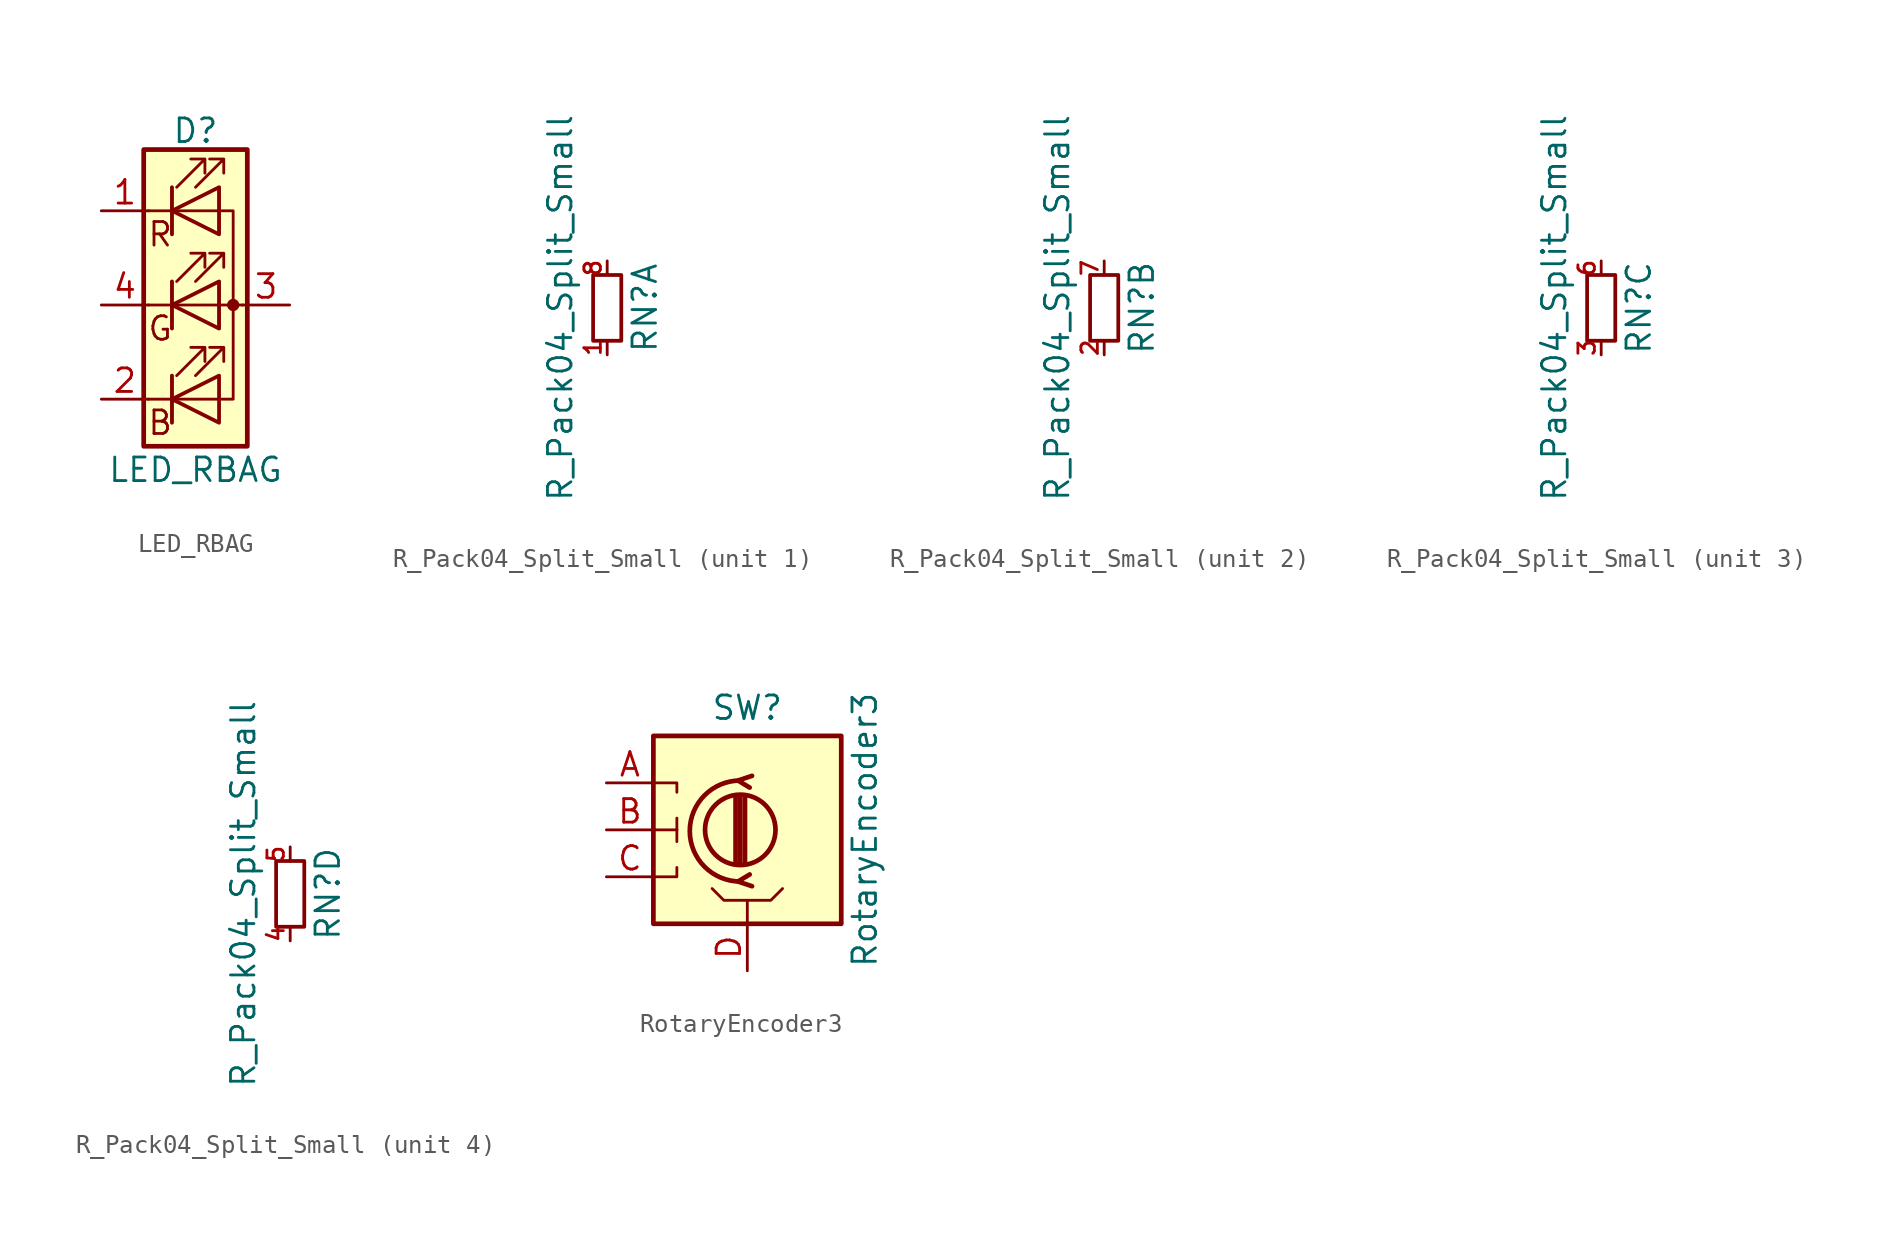
<source format=kicad_sym>
(kicad_symbol_lib
  (version 20220914)
  (generator kicad_symbol_editor)
  (symbol "LED_RBAG"
    (pin_names
      (offset 0) hide)
    (property "Reference" "D"
      (at 0 9.398 0)
      (effects (font (size 1.27 1.27))))
    (property "Value" "LED_RBAG"
      (at 0 -8.89 0)
      (effects (font (size 1.27 1.27))))
    (symbol "LED_RBAG_0_0"
      (text "B" (at -1.905 -6.35 0) (effects (font (size 1.27 1.27))))
      (text "G" (at -1.905 -1.27 0) (effects (font (size 1.27 1.27))))
      (text "R" (at -1.905 3.81 0) (effects (font (size 1.27 1.27)))))
    (symbol "LED_RBAG_0_1"
      (polyline (pts (xy -1.27 -5.08) (xy -2.54 -5.08)) (stroke (width 0) (type default)) (fill (type none)))
      (polyline (pts (xy -1.27 -5.08) (xy 1.27 -5.08)) (stroke (width 0) (type default)) (fill (type none)))
      (polyline (pts (xy -1.27 -3.81) (xy -1.27 -6.35)) (stroke (width 0) (type default)) (fill (type none)))
      (polyline (pts (xy -1.27 -3.81) (xy -1.27 -6.35)) (stroke (width 0.203) (type default)) (fill (type none)))
      (polyline (pts (xy -1.27 0) (xy -2.54 0)) (stroke (width 0) (type default)) (fill (type none)))
      (polyline (pts (xy -1.27 0) (xy 1.27 0)) (stroke (width 0) (type default)) (fill (type none)))
      (polyline (pts (xy -1.27 1.27) (xy -1.27 -1.27)) (stroke (width 0.203) (type default)) (fill (type none)))
      (polyline (pts (xy -1.27 5.08) (xy -2.54 5.08)) (stroke (width 0) (type default)) (fill (type none)))
      (polyline (pts (xy -1.27 6.35) (xy -1.27 3.81)) (stroke (width 0.203) (type default)) (fill (type none)))
      (polyline (pts (xy 1.27 0) (xy 2.54 0)) (stroke (width 0) (type default)) (fill (type none)))
      (polyline (pts (xy 1.27 5.08) (xy -1.27 5.08)) (stroke (width 0) (type default)) (fill (type none)))
      (polyline (pts (xy -1.27 1.27) (xy -1.27 -1.27) (xy -1.27 -1.27)) (stroke (width 0) (type default)) (fill (type none)))
      (polyline (pts (xy -1.27 6.35) (xy -1.27 3.81) (xy -1.27 3.81)) (stroke (width 0) (type default)) (fill (type none)))
      (polyline (pts (xy 1.27 -5.08) (xy 2.032 -5.08) (xy 2.032 5.08) (xy 1.27 5.08)) (stroke (width 0) (type default)) (fill (type none)))
      (polyline (pts (xy 1.27 -3.81) (xy 1.27 -6.35) (xy -1.27 -5.08) (xy 1.27 -3.81)) (stroke (width 0.203) (type default)) (fill (type none)))
      (polyline (pts (xy 1.27 1.27) (xy 1.27 -1.27) (xy -1.27 0) (xy 1.27 1.27)) (stroke (width 0.203) (type default)) (fill (type none)))
      (polyline (pts (xy 1.27 6.35) (xy 1.27 3.81) (xy -1.27 5.08) (xy 1.27 6.35)) (stroke (width 0.203) (type default)) (fill (type none)))
      (polyline (pts (xy -1.016 -3.81) (xy 0.508 -2.286) (xy -0.254 -2.286) (xy 0.508 -2.286) (xy 0.508 -3.048)) (stroke (width 0) (type default)) (fill (type none)))
      (polyline (pts (xy -1.016 1.27) (xy 0.508 2.794) (xy -0.254 2.794) (xy 0.508 2.794) (xy 0.508 2.032)) (stroke (width 0) (type default)) (fill (type none)))
      (polyline (pts (xy -1.016 6.35) (xy 0.508 7.874) (xy -0.254 7.874) (xy 0.508 7.874) (xy 0.508 7.112)) (stroke (width 0) (type default)) (fill (type none)))
      (polyline (pts (xy 0 -3.81) (xy 1.524 -2.286) (xy 0.762 -2.286) (xy 1.524 -2.286) (xy 1.524 -3.048)) (stroke (width 0) (type default)) (fill (type none)))
      (polyline (pts (xy 0 1.27) (xy 1.524 2.794) (xy 0.762 2.794) (xy 1.524 2.794) (xy 1.524 2.032)) (stroke (width 0) (type default)) (fill (type none)))
      (polyline (pts (xy 0 6.35) (xy 1.524 7.874) (xy 0.762 7.874) (xy 1.524 7.874) (xy 1.524 7.112)) (stroke (width 0) (type default)) (fill (type none)))
      (rectangle (start 1.27 -1.27) (end 1.27 1.27) (stroke (width 0) (type default)) (fill (type none)))
      (rectangle (start 1.27 1.27) (end 1.27 1.27) (stroke (width 0) (type default)) (fill (type none)))
      (rectangle (start 1.27 3.81) (end 1.27 6.35) (stroke (width 0) (type default)) (fill (type none)))
      (rectangle (start 1.27 6.35) (end 1.27 6.35) (stroke (width 0) (type default)) (fill (type none)))
      (circle (center 2.032 0) (radius 0.254) (stroke (width 0) (type default)) (fill (type outline)))
      (rectangle (start 2.794 8.382) (end -2.794 -7.62) (stroke (width 0.254) (type default)) (fill (type background))))
    (symbol "LED_RBAG_1_1"
      (pin passive line (at -5.08 5.08 0) (length 2.54) (name "RK" (effects (font (size 1.27 1.27)))) (number "1" (effects (font (size 1.27 1.27)))))
      (pin passive line (at -5.08 -5.08 0) (length 2.54) (name "BK" (effects (font (size 1.27 1.27)))) (number "2" (effects (font (size 1.27 1.27)))))
      (pin passive line (at 5.08 0 180) (length 2.54) (name "A" (effects (font (size 1.27 1.27)))) (number "3" (effects (font (size 1.27 1.27)))))
      (pin passive line (at -5.08 0 0) (length 2.54) (name "GK" (effects (font (size 1.27 1.27)))) (number "4" (effects (font (size 1.27 1.27)))))))
  (symbol "R_Pack04_Split_Small"
    (pin_names
      (offset 0) hide)
    (property "Reference" "RN"
      (at 2.032 0 90)
      (effects (font (size 1.27 1.27))))
    (property "Value" "R_Pack04_Split_Small"
      (at -2.54 0 90)
      (effects (font (size 1.27 1.27))))
    (symbol "R_Pack04_Split_Small_0_1"
      (rectangle (start -0.762 1.778) (end 0.762 -1.778) (stroke (width 0.203) (type default)) (fill (type none))))
    (symbol "R_Pack04_Split_Small_1_1"
      (pin passive line (at 0 -2.54 90) (length 0.762) (name "R1.1" (effects (font (size 1.27 1.27)))) (number "1" (effects (font (size 0.889 0.889)))))
      (pin passive line (at 0 2.54 270) (length 0.762) (name "R1.2" (effects (font (size 1.27 1.27)))) (number "8" (effects (font (size 0.889 0.889))))))
    (symbol "R_Pack04_Split_Small_2_1"
      (pin passive line (at 0 -2.54 90) (length 0.762) (name "R1.1" (effects (font (size 1.27 1.27)))) (number "2" (effects (font (size 0.889 0.889)))))
      (pin passive line (at 0 2.54 270) (length 0.762) (name "R1.2" (effects (font (size 1.27 1.27)))) (number "7" (effects (font (size 0.889 0.889))))))
    (symbol "R_Pack04_Split_Small_3_1"
      (pin passive line (at 0 -2.54 90) (length 0.762) (name "R1.1" (effects (font (size 1.27 1.27)))) (number "3" (effects (font (size 0.889 0.889)))))
      (pin passive line (at 0 2.54 270) (length 0.762) (name "R1.2" (effects (font (size 1.27 1.27)))) (number "6" (effects (font (size 0.889 0.889))))))
    (symbol "R_Pack04_Split_Small_4_1"
      (pin passive line (at 0 -2.54 90) (length 0.762) (name "R1.1" (effects (font (size 1.27 1.27)))) (number "4" (effects (font (size 0.889 0.889)))))
      (pin passive line (at 0 2.54 270) (length 0.762) (name "R1.2" (effects (font (size 1.27 1.27)))) (number "5" (effects (font (size 0.889 0.889)))))))
  (symbol "RotaryEncoder3"
    (pin_names
      (offset 0.254) hide)
    (property "Reference" "SW"
      (at 0 6.604 0)
      (effects (font (size 1.27 1.27))))
    (property "Value" "RotaryEncoder3"
      (at 6.35 0 90)
      (effects (font (size 1.27 1.27))))
    (symbol "RotaryEncoder3_0_1"
      (rectangle (start -5.08 5.08) (end 5.08 -5.08) (stroke (width 0.254) (type default)) (fill (type background)))
      (circle (center -0.381 0) (radius 1.905) (stroke (width 0.254) (type default)) (fill (type none)))
      (arc (start -0.381 2.667) (mid -3.0988 -0.0635) (end -0.381 -2.794) (stroke (width 0.254) (type default)) (fill (type none)))
      (polyline (pts (xy -5.08 0) (xy -3.81 0)) (stroke (width 0) (type default)) (fill (type none)))
      (polyline (pts (xy -3.81 0) (xy -3.81 -0.635)) (stroke (width 0) (type default)) (fill (type none)))
      (polyline (pts (xy -3.81 0) (xy -3.81 0.635)) (stroke (width 0) (type default)) (fill (type none)))
      (polyline (pts (xy -0.635 -1.778) (xy -0.635 1.778)) (stroke (width 0.254) (type default)) (fill (type none)))
      (polyline (pts (xy -0.381 -1.778) (xy -0.381 1.778)) (stroke (width 0.254) (type default)) (fill (type none)))
      (polyline (pts (xy -0.127 1.778) (xy -0.127 -1.778)) (stroke (width 0.254) (type default)) (fill (type none)))
      (polyline (pts (xy -5.08 -2.54) (xy -3.81 -2.54) (xy -3.81 -2.032)) (stroke (width 0) (type default)) (fill (type none)))
      (polyline (pts (xy -5.08 2.54) (xy -3.81 2.54) (xy -3.81 2.032)) (stroke (width 0) (type default)) (fill (type none)))
      (polyline (pts (xy 0 -3.81) (xy 1.27 -3.81) (xy 1.905 -3.175)) (stroke (width 0) (type default)) (fill (type none)))
      (polyline (pts (xy 0.254 -3.048) (xy -0.508 -2.794) (xy 0.127 -2.413)) (stroke (width 0.254) (type default)) (fill (type none)))
      (polyline (pts (xy 0.254 2.921) (xy -0.508 2.667) (xy 0.127 2.286)) (stroke (width 0.254) (type default)) (fill (type none)))
      (polyline (pts (xy 0 -5.08) (xy 0 -3.81) (xy -1.27 -3.81) (xy -1.905 -3.175)) (stroke (width 0) (type default)) (fill (type none))))
    (symbol "RotaryEncoder3_1_1"
      (pin passive line (at -7.62 2.54 0) (length 2.54) (name "A" (effects (font (size 1.27 1.27)))) (number "A" (effects (font (size 1.27 1.27)))))
      (pin passive line (at -7.62 0 0) (length 2.54) (name "B" (effects (font (size 1.27 1.27)))) (number "B" (effects (font (size 1.27 1.27)))))
      (pin passive line (at -7.62 -2.54 0) (length 2.54) (name "C" (effects (font (size 1.27 1.27)))) (number "C" (effects (font (size 1.27 1.27)))))
      (pin passive line (at 0 -7.62 90) (length 2.54) (name "D" (effects (font (size 1.27 1.27)))) (number "D" (effects (font (size 1.27 1.27))))))))
</source>
